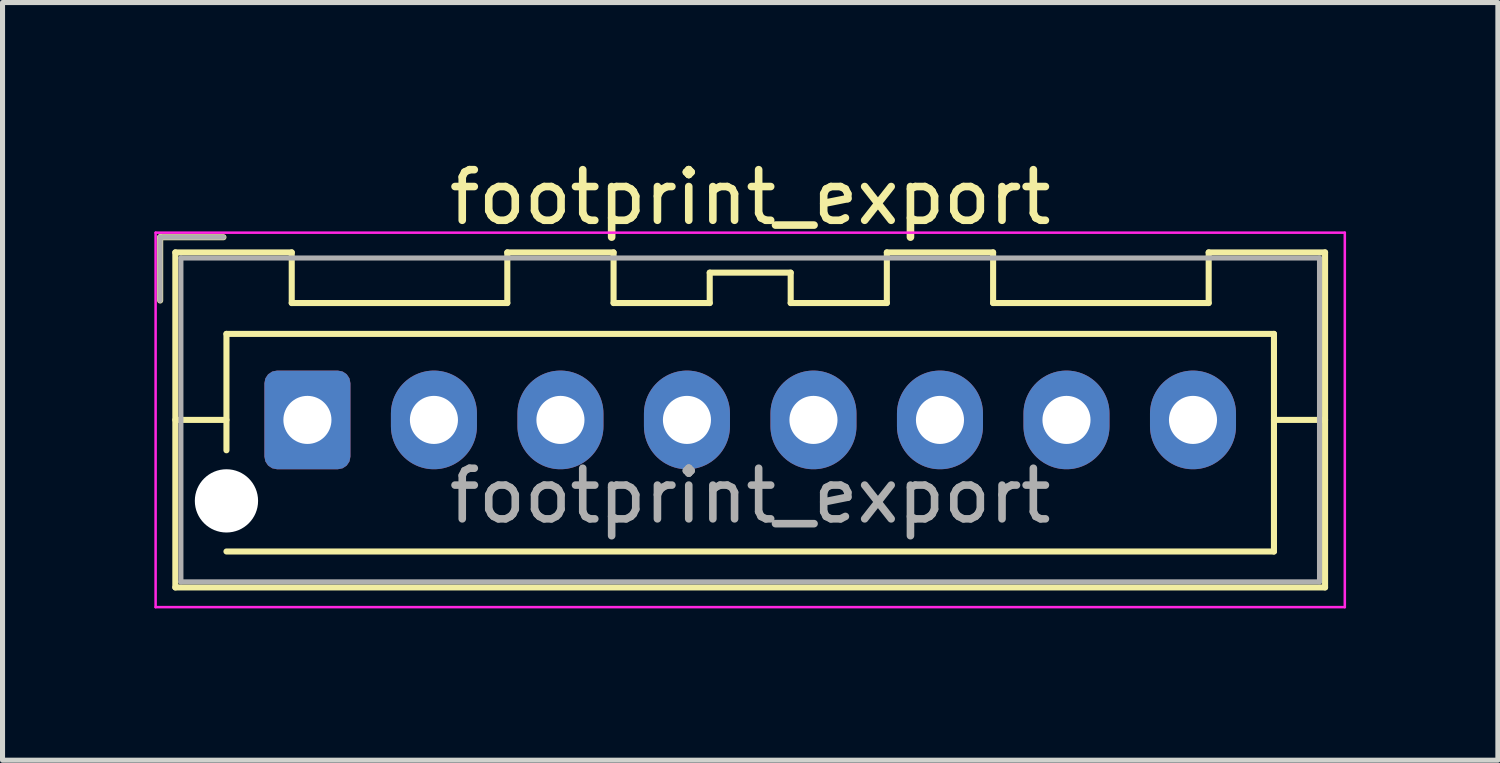
<source format=kicad_pcb>
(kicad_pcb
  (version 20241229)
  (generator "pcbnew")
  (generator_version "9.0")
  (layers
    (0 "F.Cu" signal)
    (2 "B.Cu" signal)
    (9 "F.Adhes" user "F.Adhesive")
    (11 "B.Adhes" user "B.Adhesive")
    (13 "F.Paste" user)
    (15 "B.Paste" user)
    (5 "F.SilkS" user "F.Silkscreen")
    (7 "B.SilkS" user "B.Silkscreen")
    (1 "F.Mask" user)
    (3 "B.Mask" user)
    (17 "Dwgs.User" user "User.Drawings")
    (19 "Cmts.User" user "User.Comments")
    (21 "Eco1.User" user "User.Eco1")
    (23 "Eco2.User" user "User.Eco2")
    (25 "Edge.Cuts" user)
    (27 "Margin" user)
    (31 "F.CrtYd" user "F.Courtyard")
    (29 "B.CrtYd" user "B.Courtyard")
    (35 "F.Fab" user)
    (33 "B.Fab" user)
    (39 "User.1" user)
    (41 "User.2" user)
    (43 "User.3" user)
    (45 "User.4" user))
  (footprint "footprint_export"
    (layer "F.Cu")
    (at 3.025 5.248)
    (property "Reference" "footprint_export" (at 8.75 -4.4 0) (layer "F.SilkS") (effects (font (size 1 1) (thickness 0.15))))
    (attr through_hole)
    (fp_line (start -2.91 -3.61) (end -2.91 -2.36) (stroke (width 0.12) (type solid)) (layer "F.SilkS"))
    (fp_line (start -2.61 -3.31) (end -2.61 3.31) (stroke (width 0.12) (type solid)) (layer "F.SilkS"))
    (fp_line (start -2.61 0) (end -1.6 0) (stroke (width 0.12) (type solid)) (layer "F.SilkS"))
    (fp_line (start -2.61 3.31) (end 20.11 3.31) (stroke (width 0.12) (type solid)) (layer "F.SilkS"))
    (fp_line (start -1.66 -3.61) (end -2.91 -3.61) (stroke (width 0.12) (type solid)) (layer "F.SilkS"))
    (fp_line (start -1.6 -1.7) (end 19.1 -1.7) (stroke (width 0.12) (type solid)) (layer "F.SilkS"))
    (fp_line (start -1.6 0.6) (end -1.6 -1.7) (stroke (width 0.12) (type solid)) (layer "F.SilkS"))
    (fp_line (start -0.31 -3.31) (end -2.61 -3.31) (stroke (width 0.12) (type solid)) (layer "F.SilkS"))
    (fp_line (start -0.31 -2.31) (end -0.31 -3.31) (stroke (width 0.12) (type solid)) (layer "F.SilkS"))
    (fp_line (start 3.95 -3.31) (end 3.95 -2.31) (stroke (width 0.12) (type solid)) (layer "F.SilkS"))
    (fp_line (start 3.95 -2.31) (end -0.31 -2.31) (stroke (width 0.12) (type solid)) (layer "F.SilkS"))
    (fp_line (start 6.05 -3.31) (end 3.95 -3.31) (stroke (width 0.12) (type solid)) (layer "F.SilkS"))
    (fp_line (start 6.05 -2.31) (end 6.05 -3.31) (stroke (width 0.12) (type solid)) (layer "F.SilkS"))
    (fp_line (start 7.95 -2.91) (end 7.95 -2.31) (stroke (width 0.12) (type solid)) (layer "F.SilkS"))
    (fp_line (start 7.95 -2.31) (end 6.05 -2.31) (stroke (width 0.12) (type solid)) (layer "F.SilkS"))
    (fp_line (start 9.55 -2.91) (end 7.95 -2.91) (stroke (width 0.12) (type solid)) (layer "F.SilkS"))
    (fp_line (start 9.55 -2.31) (end 9.55 -2.91) (stroke (width 0.12) (type solid)) (layer "F.SilkS"))
    (fp_line (start 11.45 -3.31) (end 11.45 -2.31) (stroke (width 0.12) (type solid)) (layer "F.SilkS"))
    (fp_line (start 11.45 -2.31) (end 9.55 -2.31) (stroke (width 0.12) (type solid)) (layer "F.SilkS"))
    (fp_line (start 13.55 -3.31) (end 11.45 -3.31) (stroke (width 0.12) (type solid)) (layer "F.SilkS"))
    (fp_line (start 13.55 -2.31) (end 13.55 -3.31) (stroke (width 0.12) (type solid)) (layer "F.SilkS"))
    (fp_line (start 17.81 -3.31) (end 17.81 -2.31) (stroke (width 0.12) (type solid)) (layer "F.SilkS"))
    (fp_line (start 17.81 -2.31) (end 13.55 -2.31) (stroke (width 0.12) (type solid)) (layer "F.SilkS"))
    (fp_line (start 19.1 -1.7) (end 19.1 2.6) (stroke (width 0.12) (type solid)) (layer "F.SilkS"))
    (fp_line (start 19.1 2.6) (end -1.6 2.6) (stroke (width 0.12) (type solid)) (layer "F.SilkS"))
    (fp_line (start 20.11 -3.31) (end 17.81 -3.31) (stroke (width 0.12) (type solid)) (layer "F.SilkS"))
    (fp_line (start 20.11 0) (end 19.1 0) (stroke (width 0.12) (type solid)) (layer "F.SilkS"))
    (fp_line (start 20.11 3.31) (end 20.11 -3.31) (stroke (width 0.12) (type solid)) (layer "F.SilkS"))
    (fp_line (start -3 -3.7) (end -3 3.7) (stroke (width 0.05) (type solid)) (layer "F.CrtYd"))
    (fp_line (start -3 3.7) (end 20.5 3.7) (stroke (width 0.05) (type solid)) (layer "F.CrtYd"))
    (fp_line (start 20.5 -3.7) (end -3 -3.7) (stroke (width 0.05) (type solid)) (layer "F.CrtYd"))
    (fp_line (start 20.5 3.7) (end 20.5 -3.7) (stroke (width 0.05) (type solid)) (layer "F.CrtYd"))
    (fp_line (start -2.91 -3.61) (end -2.91 -2.36) (stroke (width 0.1) (type solid)) (layer "F.Fab"))
    (fp_line (start -2.5 -3.2) (end -2.5 3.2) (stroke (width 0.1) (type solid)) (layer "F.Fab"))
    (fp_line (start -2.5 3.2) (end 20 3.2) (stroke (width 0.1) (type solid)) (layer "F.Fab"))
    (fp_line (start -1.66 -3.61) (end -2.91 -3.61) (stroke (width 0.1) (type solid)) (layer "F.Fab"))
    (fp_line (start 20 -3.2) (end -2.5 -3.2) (stroke (width 0.1) (type solid)) (layer "F.Fab"))
    (fp_line (start 20 3.2) (end 20 -3.2) (stroke (width 0.1) (type solid)) (layer "F.Fab"))
    (fp_text user "${REFERENCE}" (at 8.75 1.5 0) (layer "F.Fab") (effects (font (size 1 1) (thickness 0.15))))
    (pad "" np_thru_hole circle (at -1.6 1.6) (size 1.25 1.25) (drill 1.25) (layers "*.Cu" "*.Mask"))
    (pad "1" thru_hole roundrect (at 0 0) (size 1.7 1.95) (drill 0.95) (layers "*.Cu" "*.Mask") (roundrect_rratio 0.147))
    (pad "2" thru_hole oval (at 2.5 0) (size 1.7 1.95) (drill 0.95) (layers "*.Cu" "*.Mask"))
    (pad "3" thru_hole oval (at 5 0) (size 1.7 1.95) (drill 0.95) (layers "*.Cu" "*.Mask"))
    (pad "4" thru_hole oval (at 7.5 0) (size 1.7 1.95) (drill 0.95) (layers "*.Cu" "*.Mask"))
    (pad "5" thru_hole oval (at 10 0) (size 1.7 1.95) (drill 0.95) (layers "*.Cu" "*.Mask"))
    (pad "6" thru_hole oval (at 12.5 0) (size 1.7 1.95) (drill 0.95) (layers "*.Cu" "*.Mask"))
    (pad "7" thru_hole oval (at 15 0) (size 1.7 1.95) (drill 0.95) (layers "*.Cu" "*.Mask"))
    (pad "8" thru_hole oval (at 17.5 0) (size 1.7 1.95) (drill 0.95) (layers "*.Cu" "*.Mask")))
  (gr_rect
    (start -3 -3)
    (end 26.55 11.973)
    (stroke (width 0.1) (type default))
    (fill no)
    (layer "Edge.Cuts")))
</source>
